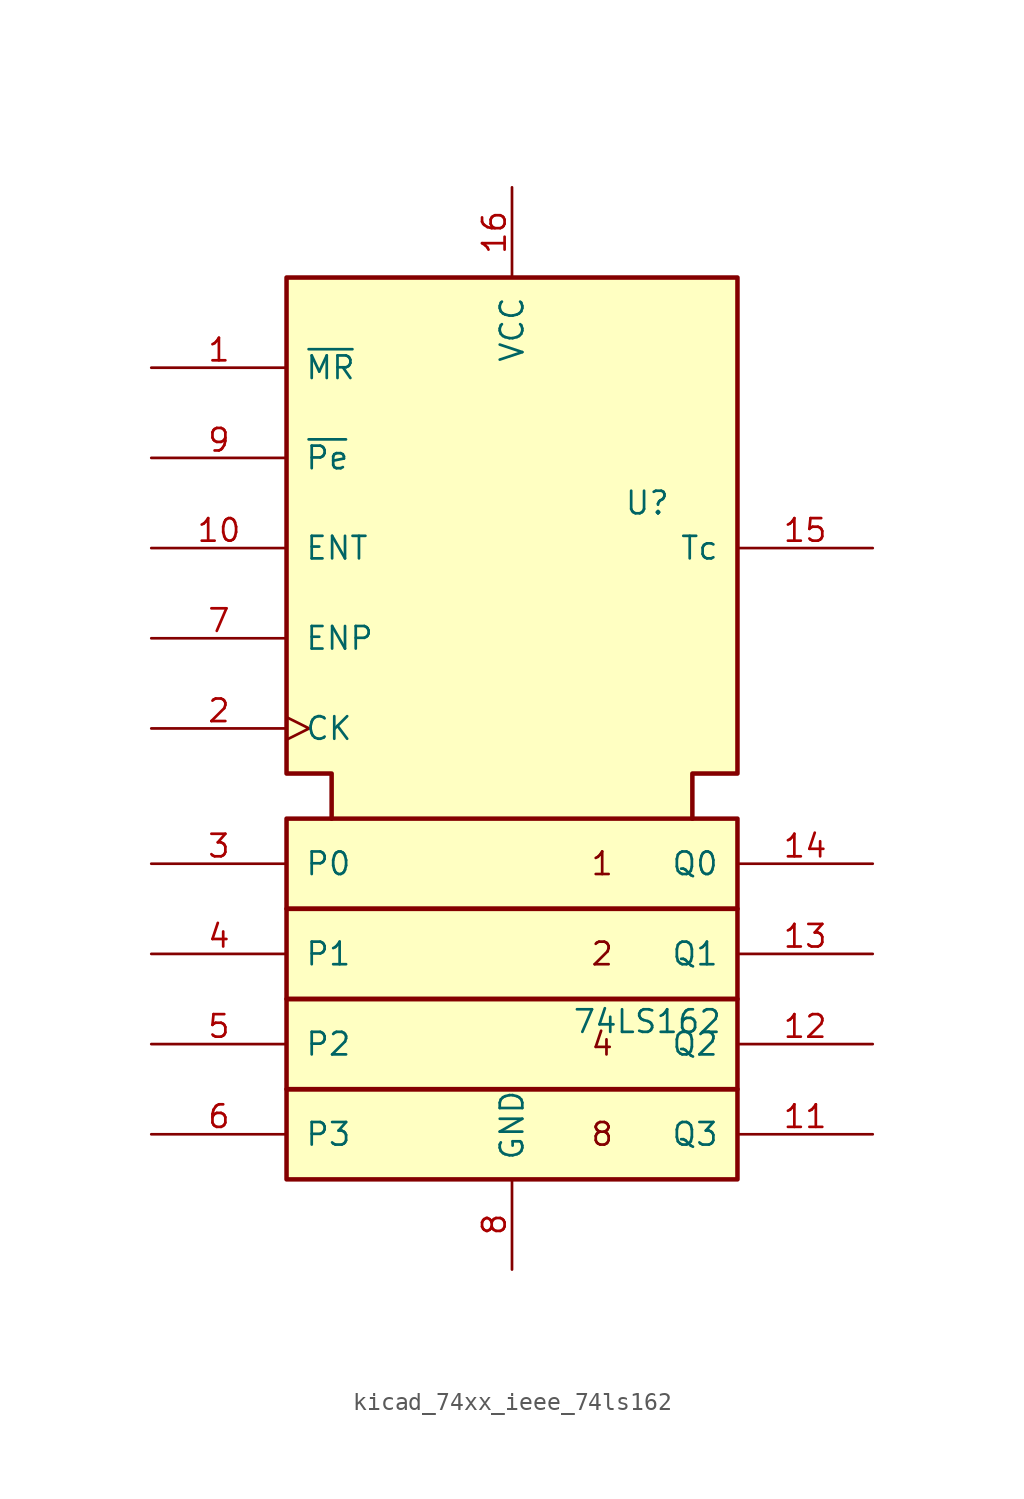
<source format=kicad_sym>
(kicad_symbol_lib
  (version 20220914)
  (generator kicad_symbol_editor)
  (symbol "kicad_74xx_ieee_74ls162"
    (pin_names
      (offset 1.016))
    (property "Reference" "U"
      (at 7.62 15.24 0)
      (effects (font (size 1.27 1.27))))
    (property "Value" "74LS162"
      (at 7.62 -13.97 0)
      (effects (font (size 1.27 1.27))))
    (symbol "kicad_74xx_ieee_74ls162_0_0"
      (rectangle (start -12.7 -17.78) (end 12.7 -22.86) (stroke (width 0.254) (type default)) (fill (type background)))
      (rectangle (start -12.7 -12.7) (end 12.7 -17.78) (stroke (width 0.254) (type default)) (fill (type background)))
      (rectangle (start -12.7 -7.62) (end 12.7 -12.7) (stroke (width 0.254) (type default)) (fill (type background)))
      (rectangle (start -12.7 -2.54) (end 12.7 -7.62) (stroke (width 0.254) (type default)) (fill (type background)))
      (polyline (pts (xy -10.16 -2.54) (xy -10.16 0) (xy -12.7 0) (xy -12.7 27.94) (xy 12.7 27.94) (xy 12.7 0) (xy 10.16 0) (xy 10.16 -2.54) (xy 10.16 -2.54)) (stroke (width 0.254) (type default)) (fill (type background)))
      (text "1" (at 5.08 -5.08 0) (effects (font (size 1.27 1.27))))
      (text "2" (at 5.08 -10.16 0) (effects (font (size 1.27 1.27))))
      (text "4" (at 5.08 -15.24 0) (effects (font (size 1.27 1.27))))
      (text "8" (at 5.08 -20.32 0) (effects (font (size 1.27 1.27))))
      (pin power_in line (at 0 33.02 270) (length 5.08) (name "VCC" (effects (font (size 1.27 1.27)))) (number "16" (effects (font (size 1.27 1.27)))))
      (pin power_in line (at 0 -27.94 90) (length 5.08) (name "GND" (effects (font (size 1.27 1.27)))) (number "8" (effects (font (size 1.27 1.27))))))
    (symbol "kicad_74xx_ieee_74ls162_1_1"
      (pin input line (at -20.32 22.86 0) (length 7.62) (name "~{MR}" (effects (font (size 1.27 1.27)))) (number "1" (effects (font (size 1.27 1.27)))))
      (pin input line (at -20.32 12.7 0) (length 7.62) (name "ENT" (effects (font (size 1.27 1.27)))) (number "10" (effects (font (size 1.27 1.27)))))
      (pin output line (at 20.32 -20.32 180) (length 7.62) (name "Q3" (effects (font (size 1.27 1.27)))) (number "11" (effects (font (size 1.27 1.27)))))
      (pin output line (at 20.32 -15.24 180) (length 7.62) (name "Q2" (effects (font (size 1.27 1.27)))) (number "12" (effects (font (size 1.27 1.27)))))
      (pin output line (at 20.32 -10.16 180) (length 7.62) (name "Q1" (effects (font (size 1.27 1.27)))) (number "13" (effects (font (size 1.27 1.27)))))
      (pin output line (at 20.32 -5.08 180) (length 7.62) (name "Q0" (effects (font (size 1.27 1.27)))) (number "14" (effects (font (size 1.27 1.27)))))
      (pin output line (at 20.32 12.7 180) (length 7.62) (name "Tc" (effects (font (size 1.27 1.27)))) (number "15" (effects (font (size 1.27 1.27)))))
      (pin input clock (at -20.32 2.54 0) (length 7.62) (name "CK" (effects (font (size 1.27 1.27)))) (number "2" (effects (font (size 1.27 1.27)))))
      (pin input line (at -20.32 -5.08 0) (length 7.62) (name "P0" (effects (font (size 1.27 1.27)))) (number "3" (effects (font (size 1.27 1.27)))))
      (pin input line (at -20.32 -10.16 0) (length 7.62) (name "P1" (effects (font (size 1.27 1.27)))) (number "4" (effects (font (size 1.27 1.27)))))
      (pin input line (at -20.32 -15.24 0) (length 7.62) (name "P2" (effects (font (size 1.27 1.27)))) (number "5" (effects (font (size 1.27 1.27)))))
      (pin input line (at -20.32 -20.32 0) (length 7.62) (name "P3" (effects (font (size 1.27 1.27)))) (number "6" (effects (font (size 1.27 1.27)))))
      (pin input line (at -20.32 7.62 0) (length 7.62) (name "ENP" (effects (font (size 1.27 1.27)))) (number "7" (effects (font (size 1.27 1.27)))))
      (pin input line (at -20.32 17.78 0) (length 7.62) (name "~{Pe}" (effects (font (size 1.27 1.27)))) (number "9" (effects (font (size 1.27 1.27))))))))
</source>
